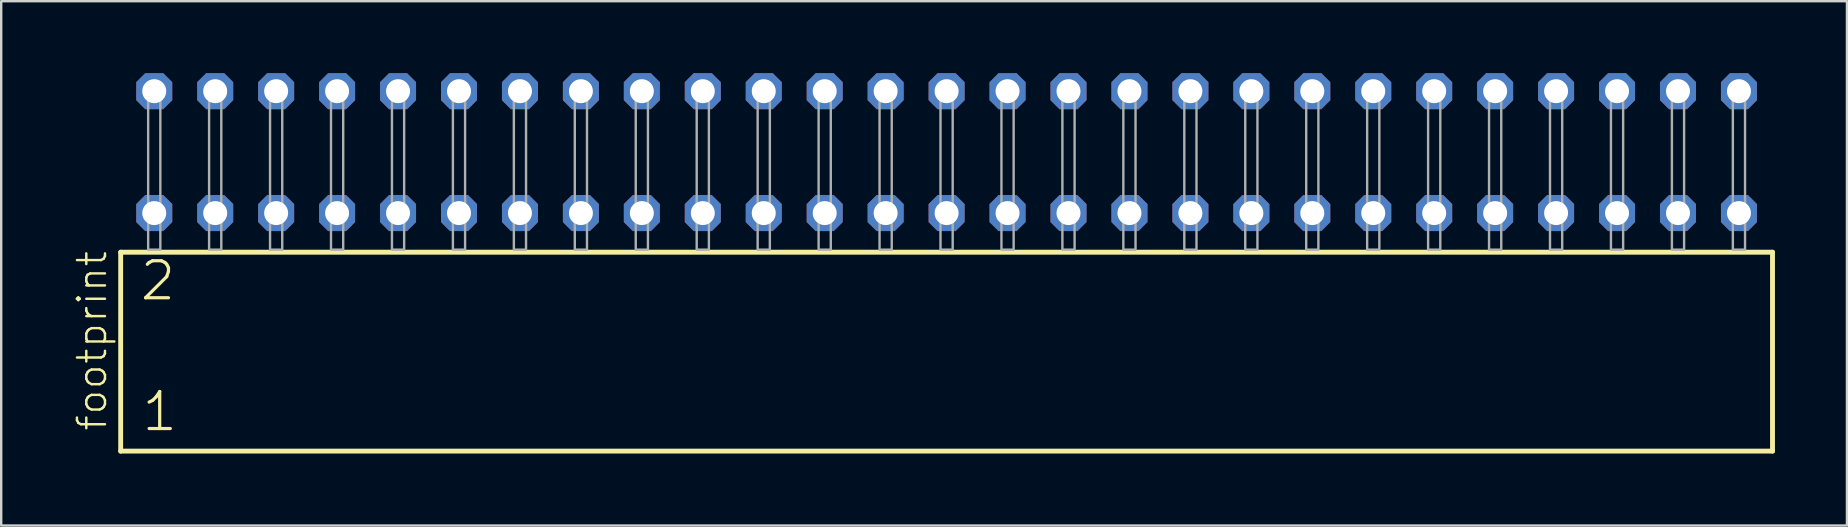
<source format=kicad_pcb>
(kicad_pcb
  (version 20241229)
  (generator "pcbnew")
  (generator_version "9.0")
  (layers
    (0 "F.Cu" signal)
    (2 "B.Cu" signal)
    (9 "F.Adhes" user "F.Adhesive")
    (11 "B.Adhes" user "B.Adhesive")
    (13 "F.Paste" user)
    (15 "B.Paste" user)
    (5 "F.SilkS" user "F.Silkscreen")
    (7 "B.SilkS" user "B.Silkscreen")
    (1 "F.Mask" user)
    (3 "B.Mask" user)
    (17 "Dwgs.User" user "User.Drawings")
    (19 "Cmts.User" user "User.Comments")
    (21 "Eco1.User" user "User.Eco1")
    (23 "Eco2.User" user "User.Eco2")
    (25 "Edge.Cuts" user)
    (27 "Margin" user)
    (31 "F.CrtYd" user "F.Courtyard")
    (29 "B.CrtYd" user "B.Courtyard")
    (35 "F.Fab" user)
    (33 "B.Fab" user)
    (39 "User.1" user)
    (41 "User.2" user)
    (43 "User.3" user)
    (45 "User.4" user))
  (footprint "footprint"
    (layer "F.Cu")
    (at 36.398 7.354)
    (property "Reference" "footprint" (at -34.925 7.62 90) (layer "F.SilkS") (effects (font (size 1.168 1.168) (thickness 0.102)) (justify left bottom)))
    (fp_line (start -34.419 0.106) (end -34.419 8.396) (stroke (width 0.203) (type solid)) (layer "F.SilkS"))
    (fp_line (start -34.419 8.396) (end 34.419 8.396) (stroke (width 0.203) (type solid)) (layer "F.SilkS"))
    (fp_line (start 34.419 0.106) (end -34.419 0.106) (stroke (width 0.203) (type solid)) (layer "F.SilkS"))
    (fp_line (start 34.419 8.396) (end 34.419 0.106) (stroke (width 0.203) (type solid)) (layer "F.SilkS"))
    (fp_poly (pts (xy -33.274 0) (xy -32.766 0) (xy -32.766 -6.858) (xy -33.274 -6.858)) (stroke (width 0.1) (type solid)) (fill no) (layer "F.Fab"))
    (fp_poly (pts (xy -30.734 0) (xy -30.226 0) (xy -30.226 -6.858) (xy -30.734 -6.858)) (stroke (width 0.1) (type solid)) (fill no) (layer "F.Fab"))
    (fp_poly (pts (xy -28.194 0) (xy -27.686 0) (xy -27.686 -6.858) (xy -28.194 -6.858)) (stroke (width 0.1) (type solid)) (fill no) (layer "F.Fab"))
    (fp_poly (pts (xy -25.654 0) (xy -25.146 0) (xy -25.146 -6.858) (xy -25.654 -6.858)) (stroke (width 0.1) (type solid)) (fill no) (layer "F.Fab"))
    (fp_poly (pts (xy -23.114 0) (xy -22.606 0) (xy -22.606 -6.858) (xy -23.114 -6.858)) (stroke (width 0.1) (type solid)) (fill no) (layer "F.Fab"))
    (fp_poly (pts (xy -20.574 0) (xy -20.066 0) (xy -20.066 -6.858) (xy -20.574 -6.858)) (stroke (width 0.1) (type solid)) (fill no) (layer "F.Fab"))
    (fp_poly (pts (xy -18.034 0) (xy -17.526 0) (xy -17.526 -6.858) (xy -18.034 -6.858)) (stroke (width 0.1) (type solid)) (fill no) (layer "F.Fab"))
    (fp_poly (pts (xy -15.494 0) (xy -14.986 0) (xy -14.986 -6.858) (xy -15.494 -6.858)) (stroke (width 0.1) (type solid)) (fill no) (layer "F.Fab"))
    (fp_poly (pts (xy -12.954 0) (xy -12.446 0) (xy -12.446 -6.858) (xy -12.954 -6.858)) (stroke (width 0.1) (type solid)) (fill no) (layer "F.Fab"))
    (fp_poly (pts (xy -10.414 0) (xy -9.906 0) (xy -9.906 -6.858) (xy -10.414 -6.858)) (stroke (width 0.1) (type solid)) (fill no) (layer "F.Fab"))
    (fp_poly (pts (xy -7.874 0) (xy -7.366 0) (xy -7.366 -6.858) (xy -7.874 -6.858)) (stroke (width 0.1) (type solid)) (fill no) (layer "F.Fab"))
    (fp_poly (pts (xy -5.334 0) (xy -4.826 0) (xy -4.826 -6.858) (xy -5.334 -6.858)) (stroke (width 0.1) (type solid)) (fill no) (layer "F.Fab"))
    (fp_poly (pts (xy -2.794 0) (xy -2.286 0) (xy -2.286 -6.858) (xy -2.794 -6.858)) (stroke (width 0.1) (type solid)) (fill no) (layer "F.Fab"))
    (fp_poly (pts (xy -0.254 0) (xy 0.254 0) (xy 0.254 -6.858) (xy -0.254 -6.858)) (stroke (width 0.1) (type solid)) (fill no) (layer "F.Fab"))
    (fp_poly (pts (xy 2.286 0) (xy 2.794 0) (xy 2.794 -6.858) (xy 2.286 -6.858)) (stroke (width 0.1) (type solid)) (fill no) (layer "F.Fab"))
    (fp_poly (pts (xy 4.826 0) (xy 5.334 0) (xy 5.334 -6.858) (xy 4.826 -6.858)) (stroke (width 0.1) (type solid)) (fill no) (layer "F.Fab"))
    (fp_poly (pts (xy 7.366 0) (xy 7.874 0) (xy 7.874 -6.858) (xy 7.366 -6.858)) (stroke (width 0.1) (type solid)) (fill no) (layer "F.Fab"))
    (fp_poly (pts (xy 9.906 0) (xy 10.414 0) (xy 10.414 -6.858) (xy 9.906 -6.858)) (stroke (width 0.1) (type solid)) (fill no) (layer "F.Fab"))
    (fp_poly (pts (xy 12.446 0) (xy 12.954 0) (xy 12.954 -6.858) (xy 12.446 -6.858)) (stroke (width 0.1) (type solid)) (fill no) (layer "F.Fab"))
    (fp_poly (pts (xy 14.986 0) (xy 15.494 0) (xy 15.494 -6.858) (xy 14.986 -6.858)) (stroke (width 0.1) (type solid)) (fill no) (layer "F.Fab"))
    (fp_poly (pts (xy 17.526 0) (xy 18.034 0) (xy 18.034 -6.858) (xy 17.526 -6.858)) (stroke (width 0.1) (type solid)) (fill no) (layer "F.Fab"))
    (fp_poly (pts (xy 20.066 0) (xy 20.574 0) (xy 20.574 -6.858) (xy 20.066 -6.858)) (stroke (width 0.1) (type solid)) (fill no) (layer "F.Fab"))
    (fp_poly (pts (xy 22.606 0) (xy 23.114 0) (xy 23.114 -6.858) (xy 22.606 -6.858)) (stroke (width 0.1) (type solid)) (fill no) (layer "F.Fab"))
    (fp_poly (pts (xy 25.146 0) (xy 25.654 0) (xy 25.654 -6.858) (xy 25.146 -6.858)) (stroke (width 0.1) (type solid)) (fill no) (layer "F.Fab"))
    (fp_poly (pts (xy 27.686 0) (xy 28.194 0) (xy 28.194 -6.858) (xy 27.686 -6.858)) (stroke (width 0.1) (type solid)) (fill no) (layer "F.Fab"))
    (fp_poly (pts (xy 30.226 0) (xy 30.734 0) (xy 30.734 -6.858) (xy 30.226 -6.858)) (stroke (width 0.1) (type solid)) (fill no) (layer "F.Fab"))
    (fp_poly (pts (xy 32.766 0) (xy 33.274 0) (xy 33.274 -6.858) (xy 32.766 -6.858)) (stroke (width 0.1) (type solid)) (fill no) (layer "F.Fab"))
    (fp_text user "2" (at -33.69 2.2 0) (layer "F.SilkS") (effects (font (size 1.542 1.542) (thickness 0.134)) (justify left bottom)))
    (fp_text user "1" (at -33.615 7.65 0) (layer "F.SilkS") (effects (font (size 1.542 1.542) (thickness 0.134)) (justify left bottom)))
    (pad "1" thru_hole roundrect (at -33.02 -1.524) (size 1.5 1.5) (drill 1) (layers "*.Cu" "*.Mask") (roundrect_rratio 0.25) (chamfer_ratio 0.25) (chamfer top_left top_right bottom_left bottom_right))
    (pad "2" thru_hole roundrect (at -33.02 -6.604) (size 1.5 1.5) (drill 1) (layers "*.Cu" "*.Mask") (roundrect_rratio 0.25) (chamfer_ratio 0.25) (chamfer top_left top_right bottom_left bottom_right))
    (pad "3" thru_hole roundrect (at -30.48 -1.524) (size 1.5 1.5) (drill 1) (layers "*.Cu" "*.Mask") (roundrect_rratio 0.25) (chamfer_ratio 0.25) (chamfer top_left top_right bottom_left bottom_right))
    (pad "4" thru_hole roundrect (at -30.48 -6.604) (size 1.5 1.5) (drill 1) (layers "*.Cu" "*.Mask") (roundrect_rratio 0.25) (chamfer_ratio 0.25) (chamfer top_left top_right bottom_left bottom_right))
    (pad "5" thru_hole roundrect (at -27.94 -1.524) (size 1.5 1.5) (drill 1) (layers "*.Cu" "*.Mask") (roundrect_rratio 0.25) (chamfer_ratio 0.25) (chamfer top_left top_right bottom_left bottom_right))
    (pad "6" thru_hole roundrect (at -27.94 -6.604) (size 1.5 1.5) (drill 1) (layers "*.Cu" "*.Mask") (roundrect_rratio 0.25) (chamfer_ratio 0.25) (chamfer top_left top_right bottom_left bottom_right))
    (pad "7" thru_hole roundrect (at -25.4 -1.524) (size 1.5 1.5) (drill 1) (layers "*.Cu" "*.Mask") (roundrect_rratio 0.25) (chamfer_ratio 0.25) (chamfer top_left top_right bottom_left bottom_right))
    (pad "8" thru_hole roundrect (at -25.4 -6.604) (size 1.5 1.5) (drill 1) (layers "*.Cu" "*.Mask") (roundrect_rratio 0.25) (chamfer_ratio 0.25) (chamfer top_left top_right bottom_left bottom_right))
    (pad "9" thru_hole roundrect (at -22.86 -1.524) (size 1.5 1.5) (drill 1) (layers "*.Cu" "*.Mask") (roundrect_rratio 0.25) (chamfer_ratio 0.25) (chamfer top_left top_right bottom_left bottom_right))
    (pad "10" thru_hole roundrect (at -22.86 -6.604) (size 1.5 1.5) (drill 1) (layers "*.Cu" "*.Mask") (roundrect_rratio 0.25) (chamfer_ratio 0.25) (chamfer top_left top_right bottom_left bottom_right))
    (pad "11" thru_hole roundrect (at -20.32 -1.524) (size 1.5 1.5) (drill 1) (layers "*.Cu" "*.Mask") (roundrect_rratio 0.25) (chamfer_ratio 0.25) (chamfer top_left top_right bottom_left bottom_right))
    (pad "12" thru_hole roundrect (at -20.32 -6.604) (size 1.5 1.5) (drill 1) (layers "*.Cu" "*.Mask") (roundrect_rratio 0.25) (chamfer_ratio 0.25) (chamfer top_left top_right bottom_left bottom_right))
    (pad "13" thru_hole roundrect (at -17.78 -1.524) (size 1.5 1.5) (drill 1) (layers "*.Cu" "*.Mask") (roundrect_rratio 0.25) (chamfer_ratio 0.25) (chamfer top_left top_right bottom_left bottom_right))
    (pad "14" thru_hole roundrect (at -17.78 -6.604) (size 1.5 1.5) (drill 1) (layers "*.Cu" "*.Mask") (roundrect_rratio 0.25) (chamfer_ratio 0.25) (chamfer top_left top_right bottom_left bottom_right))
    (pad "15" thru_hole roundrect (at -15.24 -1.524) (size 1.5 1.5) (drill 1) (layers "*.Cu" "*.Mask") (roundrect_rratio 0.25) (chamfer_ratio 0.25) (chamfer top_left top_right bottom_left bottom_right))
    (pad "16" thru_hole roundrect (at -15.24 -6.604) (size 1.5 1.5) (drill 1) (layers "*.Cu" "*.Mask") (roundrect_rratio 0.25) (chamfer_ratio 0.25) (chamfer top_left top_right bottom_left bottom_right))
    (pad "17" thru_hole roundrect (at -12.7 -1.524) (size 1.5 1.5) (drill 1) (layers "*.Cu" "*.Mask") (roundrect_rratio 0.25) (chamfer_ratio 0.25) (chamfer top_left top_right bottom_left bottom_right))
    (pad "18" thru_hole roundrect (at -12.7 -6.604) (size 1.5 1.5) (drill 1) (layers "*.Cu" "*.Mask") (roundrect_rratio 0.25) (chamfer_ratio 0.25) (chamfer top_left top_right bottom_left bottom_right))
    (pad "19" thru_hole roundrect (at -10.16 -1.524) (size 1.5 1.5) (drill 1) (layers "*.Cu" "*.Mask") (roundrect_rratio 0.25) (chamfer_ratio 0.25) (chamfer top_left top_right bottom_left bottom_right))
    (pad "20" thru_hole roundrect (at -10.16 -6.604) (size 1.5 1.5) (drill 1) (layers "*.Cu" "*.Mask") (roundrect_rratio 0.25) (chamfer_ratio 0.25) (chamfer top_left top_right bottom_left bottom_right))
    (pad "21" thru_hole roundrect (at -7.62 -1.524) (size 1.5 1.5) (drill 1) (layers "*.Cu" "*.Mask") (roundrect_rratio 0.25) (chamfer_ratio 0.25) (chamfer top_left top_right bottom_left bottom_right))
    (pad "22" thru_hole roundrect (at -7.62 -6.604) (size 1.5 1.5) (drill 1) (layers "*.Cu" "*.Mask") (roundrect_rratio 0.25) (chamfer_ratio 0.25) (chamfer top_left top_right bottom_left bottom_right))
    (pad "23" thru_hole roundrect (at -5.08 -1.524) (size 1.5 1.5) (drill 1) (layers "*.Cu" "*.Mask") (roundrect_rratio 0.25) (chamfer_ratio 0.25) (chamfer top_left top_right bottom_left bottom_right))
    (pad "24" thru_hole roundrect (at -5.08 -6.604) (size 1.5 1.5) (drill 1) (layers "*.Cu" "*.Mask") (roundrect_rratio 0.25) (chamfer_ratio 0.25) (chamfer top_left top_right bottom_left bottom_right))
    (pad "25" thru_hole roundrect (at -2.54 -1.524) (size 1.5 1.5) (drill 1) (layers "*.Cu" "*.Mask") (roundrect_rratio 0.25) (chamfer_ratio 0.25) (chamfer top_left top_right bottom_left bottom_right))
    (pad "26" thru_hole roundrect (at -2.54 -6.604) (size 1.5 1.5) (drill 1) (layers "*.Cu" "*.Mask") (roundrect_rratio 0.25) (chamfer_ratio 0.25) (chamfer top_left top_right bottom_left bottom_right))
    (pad "27" thru_hole roundrect (at 0 -1.524) (size 1.5 1.5) (drill 1) (layers "*.Cu" "*.Mask") (roundrect_rratio 0.25) (chamfer_ratio 0.25) (chamfer top_left top_right bottom_left bottom_right))
    (pad "28" thru_hole roundrect (at 0 -6.604) (size 1.5 1.5) (drill 1) (layers "*.Cu" "*.Mask") (roundrect_rratio 0.25) (chamfer_ratio 0.25) (chamfer top_left top_right bottom_left bottom_right))
    (pad "29" thru_hole roundrect (at 2.54 -1.524) (size 1.5 1.5) (drill 1) (layers "*.Cu" "*.Mask") (roundrect_rratio 0.25) (chamfer_ratio 0.25) (chamfer top_left top_right bottom_left bottom_right))
    (pad "30" thru_hole roundrect (at 2.54 -6.604) (size 1.5 1.5) (drill 1) (layers "*.Cu" "*.Mask") (roundrect_rratio 0.25) (chamfer_ratio 0.25) (chamfer top_left top_right bottom_left bottom_right))
    (pad "31" thru_hole roundrect (at 5.08 -1.524) (size 1.5 1.5) (drill 1) (layers "*.Cu" "*.Mask") (roundrect_rratio 0.25) (chamfer_ratio 0.25) (chamfer top_left top_right bottom_left bottom_right))
    (pad "32" thru_hole roundrect (at 5.08 -6.604) (size 1.5 1.5) (drill 1) (layers "*.Cu" "*.Mask") (roundrect_rratio 0.25) (chamfer_ratio 0.25) (chamfer top_left top_right bottom_left bottom_right))
    (pad "33" thru_hole roundrect (at 7.62 -1.524) (size 1.5 1.5) (drill 1) (layers "*.Cu" "*.Mask") (roundrect_rratio 0.25) (chamfer_ratio 0.25) (chamfer top_left top_right bottom_left bottom_right))
    (pad "34" thru_hole roundrect (at 7.62 -6.604) (size 1.5 1.5) (drill 1) (layers "*.Cu" "*.Mask") (roundrect_rratio 0.25) (chamfer_ratio 0.25) (chamfer top_left top_right bottom_left bottom_right))
    (pad "35" thru_hole roundrect (at 10.16 -1.524) (size 1.5 1.5) (drill 1) (layers "*.Cu" "*.Mask") (roundrect_rratio 0.25) (chamfer_ratio 0.25) (chamfer top_left top_right bottom_left bottom_right))
    (pad "36" thru_hole roundrect (at 10.16 -6.604) (size 1.5 1.5) (drill 1) (layers "*.Cu" "*.Mask") (roundrect_rratio 0.25) (chamfer_ratio 0.25) (chamfer top_left top_right bottom_left bottom_right))
    (pad "37" thru_hole roundrect (at 12.7 -1.524) (size 1.5 1.5) (drill 1) (layers "*.Cu" "*.Mask") (roundrect_rratio 0.25) (chamfer_ratio 0.25) (chamfer top_left top_right bottom_left bottom_right))
    (pad "38" thru_hole roundrect (at 12.7 -6.604) (size 1.5 1.5) (drill 1) (layers "*.Cu" "*.Mask") (roundrect_rratio 0.25) (chamfer_ratio 0.25) (chamfer top_left top_right bottom_left bottom_right))
    (pad "39" thru_hole roundrect (at 15.24 -1.524) (size 1.5 1.5) (drill 1) (layers "*.Cu" "*.Mask") (roundrect_rratio 0.25) (chamfer_ratio 0.25) (chamfer top_left top_right bottom_left bottom_right))
    (pad "40" thru_hole roundrect (at 15.24 -6.604) (size 1.5 1.5) (drill 1) (layers "*.Cu" "*.Mask") (roundrect_rratio 0.25) (chamfer_ratio 0.25) (chamfer top_left top_right bottom_left bottom_right))
    (pad "41" thru_hole roundrect (at 17.78 -1.524) (size 1.5 1.5) (drill 1) (layers "*.Cu" "*.Mask") (roundrect_rratio 0.25) (chamfer_ratio 0.25) (chamfer top_left top_right bottom_left bottom_right))
    (pad "42" thru_hole roundrect (at 17.78 -6.604) (size 1.5 1.5) (drill 1) (layers "*.Cu" "*.Mask") (roundrect_rratio 0.25) (chamfer_ratio 0.25) (chamfer top_left top_right bottom_left bottom_right))
    (pad "43" thru_hole roundrect (at 20.32 -1.524) (size 1.5 1.5) (drill 1) (layers "*.Cu" "*.Mask") (roundrect_rratio 0.25) (chamfer_ratio 0.25) (chamfer top_left top_right bottom_left bottom_right))
    (pad "44" thru_hole roundrect (at 20.32 -6.604) (size 1.5 1.5) (drill 1) (layers "*.Cu" "*.Mask") (roundrect_rratio 0.25) (chamfer_ratio 0.25) (chamfer top_left top_right bottom_left bottom_right))
    (pad "45" thru_hole roundrect (at 22.86 -1.524) (size 1.5 1.5) (drill 1) (layers "*.Cu" "*.Mask") (roundrect_rratio 0.25) (chamfer_ratio 0.25) (chamfer top_left top_right bottom_left bottom_right))
    (pad "46" thru_hole roundrect (at 22.86 -6.604) (size 1.5 1.5) (drill 1) (layers "*.Cu" "*.Mask") (roundrect_rratio 0.25) (chamfer_ratio 0.25) (chamfer top_left top_right bottom_left bottom_right))
    (pad "47" thru_hole roundrect (at 25.4 -1.524) (size 1.5 1.5) (drill 1) (layers "*.Cu" "*.Mask") (roundrect_rratio 0.25) (chamfer_ratio 0.25) (chamfer top_left top_right bottom_left bottom_right))
    (pad "48" thru_hole roundrect (at 25.4 -6.604) (size 1.5 1.5) (drill 1) (layers "*.Cu" "*.Mask") (roundrect_rratio 0.25) (chamfer_ratio 0.25) (chamfer top_left top_right bottom_left bottom_right))
    (pad "49" thru_hole roundrect (at 27.94 -1.524) (size 1.5 1.5) (drill 1) (layers "*.Cu" "*.Mask") (roundrect_rratio 0.25) (chamfer_ratio 0.25) (chamfer top_left top_right bottom_left bottom_right))
    (pad "50" thru_hole roundrect (at 27.94 -6.604) (size 1.5 1.5) (drill 1) (layers "*.Cu" "*.Mask") (roundrect_rratio 0.25) (chamfer_ratio 0.25) (chamfer top_left top_right bottom_left bottom_right))
    (pad "51" thru_hole roundrect (at 30.48 -1.524) (size 1.5 1.5) (drill 1) (layers "*.Cu" "*.Mask") (roundrect_rratio 0.25) (chamfer_ratio 0.25) (chamfer top_left top_right bottom_left bottom_right))
    (pad "52" thru_hole roundrect (at 30.48 -6.604) (size 1.5 1.5) (drill 1) (layers "*.Cu" "*.Mask") (roundrect_rratio 0.25) (chamfer_ratio 0.25) (chamfer top_left top_right bottom_left bottom_right))
    (pad "53" thru_hole roundrect (at 33.02 -1.524) (size 1.5 1.5) (drill 1) (layers "*.Cu" "*.Mask") (roundrect_rratio 0.25) (chamfer_ratio 0.25) (chamfer top_left top_right bottom_left bottom_right))
    (pad "54" thru_hole roundrect (at 33.02 -6.604) (size 1.5 1.5) (drill 1) (layers "*.Cu" "*.Mask") (roundrect_rratio 0.25) (chamfer_ratio 0.25) (chamfer top_left top_right bottom_left bottom_right)))
  (gr_rect
    (start -3 -3)
    (end 73.919 18.852)
    (stroke (width 0.1) (type default))
    (fill no)
    (layer "Edge.Cuts")))
</source>
